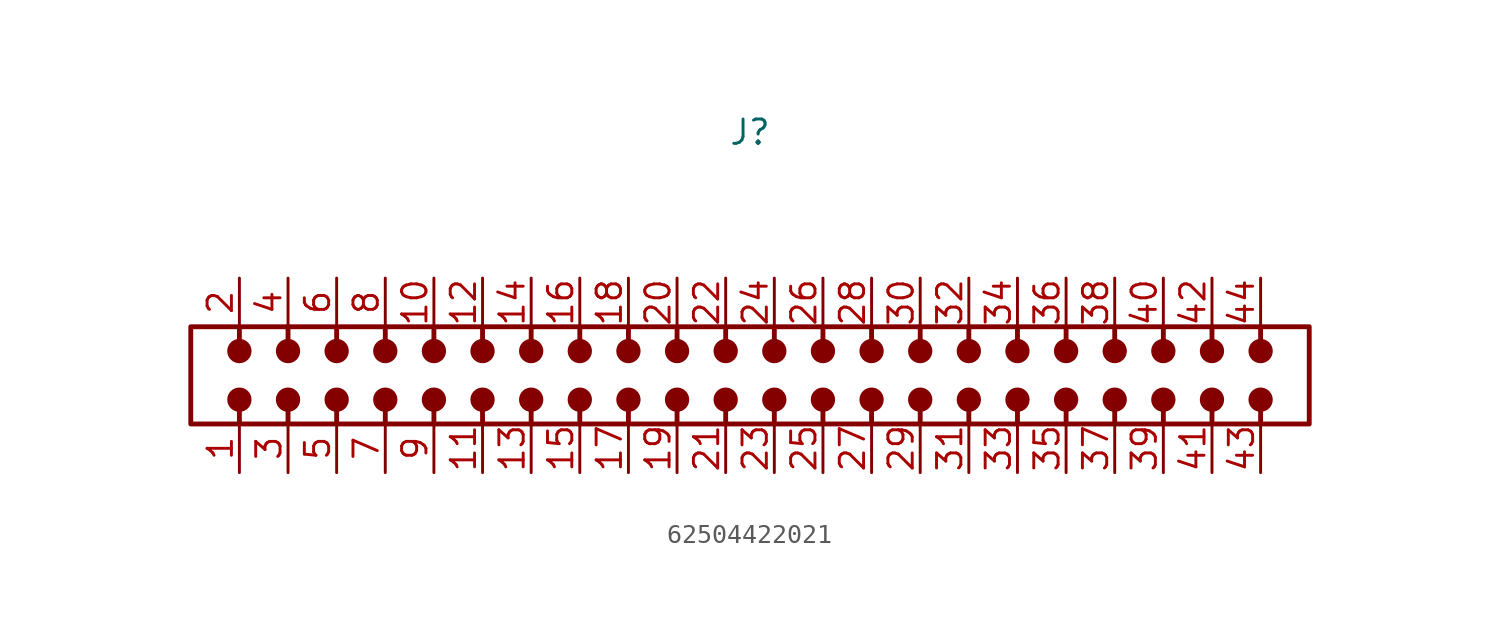
<source format=kicad_sym>
(kicad_symbol_lib
  (version 20241209)
  (generator "kicad_symbol_editor")
  (generator_version "9.0")
  (symbol "62504422021"
    (pin_names
      (hide yes))
    (property "Reference" "J"
      (at 0 12.7 0)
      (effects (font (size 1.27 1.27))))
    (symbol "62504422021_1_1"
      (rectangle (start -29.21 2.54) (end 29.21 -2.54) (stroke (width 0.254) (type solid)) (fill (type none)))
      (polyline (pts (xy -26.67 1.778) (xy -26.67 2.54)) (stroke (width 0.254) (type solid)) (fill (type none)))
      (circle (center -26.67 1.27) (radius 0.508) (stroke (width 0.254) (type solid)) (fill (type outline)))
      (circle (center -26.67 -1.27) (radius 0.508) (stroke (width 0.254) (type solid)) (fill (type outline)))
      (polyline (pts (xy -26.67 -1.778) (xy -26.67 -2.54)) (stroke (width 0.254) (type solid)) (fill (type none)))
      (polyline (pts (xy -24.13 1.778) (xy -24.13 2.54)) (stroke (width 0.254) (type solid)) (fill (type none)))
      (circle (center -24.13 1.27) (radius 0.508) (stroke (width 0.254) (type solid)) (fill (type outline)))
      (circle (center -24.13 -1.27) (radius 0.508) (stroke (width 0.254) (type solid)) (fill (type outline)))
      (polyline (pts (xy -24.13 -1.778) (xy -24.13 -2.54)) (stroke (width 0.254) (type solid)) (fill (type none)))
      (polyline (pts (xy -21.59 1.778) (xy -21.59 2.54)) (stroke (width 0.254) (type solid)) (fill (type none)))
      (circle (center -21.59 1.27) (radius 0.508) (stroke (width 0.254) (type solid)) (fill (type outline)))
      (circle (center -21.59 -1.27) (radius 0.508) (stroke (width 0.254) (type solid)) (fill (type outline)))
      (polyline (pts (xy -21.59 -1.778) (xy -21.59 -2.54)) (stroke (width 0.254) (type solid)) (fill (type none)))
      (polyline (pts (xy -19.05 1.778) (xy -19.05 2.54)) (stroke (width 0.254) (type solid)) (fill (type none)))
      (circle (center -19.05 1.27) (radius 0.508) (stroke (width 0.254) (type solid)) (fill (type outline)))
      (circle (center -19.05 -1.27) (radius 0.508) (stroke (width 0.254) (type solid)) (fill (type outline)))
      (polyline (pts (xy -19.05 -1.778) (xy -19.05 -2.54)) (stroke (width 0.254) (type solid)) (fill (type none)))
      (polyline (pts (xy -16.51 1.778) (xy -16.51 2.54)) (stroke (width 0.254) (type solid)) (fill (type none)))
      (circle (center -16.51 1.27) (radius 0.508) (stroke (width 0.254) (type solid)) (fill (type outline)))
      (circle (center -16.51 -1.27) (radius 0.508) (stroke (width 0.254) (type solid)) (fill (type outline)))
      (polyline (pts (xy -16.51 -1.778) (xy -16.51 -2.54)) (stroke (width 0.254) (type solid)) (fill (type none)))
      (polyline (pts (xy -13.97 1.778) (xy -13.97 2.54)) (stroke (width 0.254) (type solid)) (fill (type none)))
      (circle (center -13.97 1.27) (radius 0.508) (stroke (width 0.254) (type solid)) (fill (type outline)))
      (circle (center -13.97 -1.27) (radius 0.508) (stroke (width 0.254) (type solid)) (fill (type outline)))
      (polyline (pts (xy -13.97 -1.778) (xy -13.97 -2.54)) (stroke (width 0.254) (type solid)) (fill (type none)))
      (polyline (pts (xy -11.43 1.778) (xy -11.43 2.54)) (stroke (width 0.254) (type solid)) (fill (type none)))
      (circle (center -11.43 1.27) (radius 0.508) (stroke (width 0.254) (type solid)) (fill (type outline)))
      (circle (center -11.43 -1.27) (radius 0.508) (stroke (width 0.254) (type solid)) (fill (type outline)))
      (polyline (pts (xy -11.43 -1.778) (xy -11.43 -2.54)) (stroke (width 0.254) (type solid)) (fill (type none)))
      (polyline (pts (xy -8.89 1.778) (xy -8.89 2.54)) (stroke (width 0.254) (type solid)) (fill (type none)))
      (circle (center -8.89 1.27) (radius 0.508) (stroke (width 0.254) (type solid)) (fill (type outline)))
      (circle (center -8.89 -1.27) (radius 0.508) (stroke (width 0.254) (type solid)) (fill (type outline)))
      (polyline (pts (xy -8.89 -1.778) (xy -8.89 -2.54)) (stroke (width 0.254) (type solid)) (fill (type none)))
      (polyline (pts (xy -6.35 1.778) (xy -6.35 2.54)) (stroke (width 0.254) (type solid)) (fill (type none)))
      (circle (center -6.35 1.27) (radius 0.508) (stroke (width 0.254) (type solid)) (fill (type outline)))
      (circle (center -6.35 -1.27) (radius 0.508) (stroke (width 0.254) (type solid)) (fill (type outline)))
      (polyline (pts (xy -6.35 -1.778) (xy -6.35 -2.54)) (stroke (width 0.254) (type solid)) (fill (type none)))
      (polyline (pts (xy -3.81 1.778) (xy -3.81 2.54)) (stroke (width 0.254) (type solid)) (fill (type none)))
      (circle (center -3.81 1.27) (radius 0.508) (stroke (width 0.254) (type solid)) (fill (type outline)))
      (circle (center -3.81 -1.27) (radius 0.508) (stroke (width 0.254) (type solid)) (fill (type outline)))
      (polyline (pts (xy -3.81 -1.778) (xy -3.81 -2.54)) (stroke (width 0.254) (type solid)) (fill (type none)))
      (polyline (pts (xy -1.27 1.778) (xy -1.27 2.54)) (stroke (width 0.254) (type solid)) (fill (type none)))
      (circle (center -1.27 1.27) (radius 0.508) (stroke (width 0.254) (type solid)) (fill (type outline)))
      (circle (center -1.27 -1.27) (radius 0.508) (stroke (width 0.254) (type solid)) (fill (type outline)))
      (polyline (pts (xy -1.27 -1.778) (xy -1.27 -2.54)) (stroke (width 0.254) (type solid)) (fill (type none)))
      (polyline (pts (xy 1.27 1.778) (xy 1.27 2.54)) (stroke (width 0.254) (type solid)) (fill (type none)))
      (circle (center 1.27 1.27) (radius 0.508) (stroke (width 0.254) (type solid)) (fill (type outline)))
      (circle (center 1.27 -1.27) (radius 0.508) (stroke (width 0.254) (type solid)) (fill (type outline)))
      (polyline (pts (xy 1.27 -1.778) (xy 1.27 -2.54)) (stroke (width 0.254) (type solid)) (fill (type none)))
      (polyline (pts (xy 3.81 1.778) (xy 3.81 2.54)) (stroke (width 0.254) (type solid)) (fill (type none)))
      (circle (center 3.81 1.27) (radius 0.508) (stroke (width 0.254) (type solid)) (fill (type outline)))
      (circle (center 3.81 -1.27) (radius 0.508) (stroke (width 0.254) (type solid)) (fill (type outline)))
      (polyline (pts (xy 3.81 -1.778) (xy 3.81 -2.54)) (stroke (width 0.254) (type solid)) (fill (type none)))
      (polyline (pts (xy 6.35 1.778) (xy 6.35 2.54)) (stroke (width 0.254) (type solid)) (fill (type none)))
      (circle (center 6.35 1.27) (radius 0.508) (stroke (width 0.254) (type solid)) (fill (type outline)))
      (circle (center 6.35 -1.27) (radius 0.508) (stroke (width 0.254) (type solid)) (fill (type outline)))
      (polyline (pts (xy 6.35 -1.778) (xy 6.35 -2.54)) (stroke (width 0.254) (type solid)) (fill (type none)))
      (polyline (pts (xy 8.89 1.778) (xy 8.89 2.54)) (stroke (width 0.254) (type solid)) (fill (type none)))
      (circle (center 8.89 1.27) (radius 0.508) (stroke (width 0.254) (type solid)) (fill (type outline)))
      (circle (center 8.89 -1.27) (radius 0.508) (stroke (width 0.254) (type solid)) (fill (type outline)))
      (polyline (pts (xy 8.89 -1.778) (xy 8.89 -2.54)) (stroke (width 0.254) (type solid)) (fill (type none)))
      (polyline (pts (xy 11.43 1.778) (xy 11.43 2.54)) (stroke (width 0.254) (type solid)) (fill (type none)))
      (circle (center 11.43 1.27) (radius 0.508) (stroke (width 0.254) (type solid)) (fill (type outline)))
      (circle (center 11.43 -1.27) (radius 0.508) (stroke (width 0.254) (type solid)) (fill (type outline)))
      (polyline (pts (xy 11.43 -1.778) (xy 11.43 -2.54)) (stroke (width 0.254) (type solid)) (fill (type none)))
      (polyline (pts (xy 13.97 1.778) (xy 13.97 2.54)) (stroke (width 0.254) (type solid)) (fill (type none)))
      (circle (center 13.97 1.27) (radius 0.508) (stroke (width 0.254) (type solid)) (fill (type outline)))
      (circle (center 13.97 -1.27) (radius 0.508) (stroke (width 0.254) (type solid)) (fill (type outline)))
      (polyline (pts (xy 13.97 -1.778) (xy 13.97 -2.54)) (stroke (width 0.254) (type solid)) (fill (type none)))
      (polyline (pts (xy 16.51 1.778) (xy 16.51 2.54)) (stroke (width 0.254) (type solid)) (fill (type none)))
      (circle (center 16.51 1.27) (radius 0.508) (stroke (width 0.254) (type solid)) (fill (type outline)))
      (circle (center 16.51 -1.27) (radius 0.508) (stroke (width 0.254) (type solid)) (fill (type outline)))
      (polyline (pts (xy 16.51 -1.778) (xy 16.51 -2.54)) (stroke (width 0.254) (type solid)) (fill (type none)))
      (polyline (pts (xy 19.05 1.778) (xy 19.05 2.54)) (stroke (width 0.254) (type solid)) (fill (type none)))
      (circle (center 19.05 1.27) (radius 0.508) (stroke (width 0.254) (type solid)) (fill (type outline)))
      (circle (center 19.05 -1.27) (radius 0.508) (stroke (width 0.254) (type solid)) (fill (type outline)))
      (polyline (pts (xy 19.05 -1.778) (xy 19.05 -2.54)) (stroke (width 0.254) (type solid)) (fill (type none)))
      (polyline (pts (xy 21.59 1.778) (xy 21.59 2.54)) (stroke (width 0.254) (type solid)) (fill (type none)))
      (circle (center 21.59 1.27) (radius 0.508) (stroke (width 0.254) (type solid)) (fill (type outline)))
      (circle (center 21.59 -1.27) (radius 0.508) (stroke (width 0.254) (type solid)) (fill (type outline)))
      (polyline (pts (xy 21.59 -1.778) (xy 21.59 -2.54)) (stroke (width 0.254) (type solid)) (fill (type none)))
      (polyline (pts (xy 24.13 1.778) (xy 24.13 2.54)) (stroke (width 0.254) (type solid)) (fill (type none)))
      (circle (center 24.13 1.27) (radius 0.508) (stroke (width 0.254) (type solid)) (fill (type outline)))
      (circle (center 24.13 -1.27) (radius 0.508) (stroke (width 0.254) (type solid)) (fill (type outline)))
      (polyline (pts (xy 24.13 -1.778) (xy 24.13 -2.54)) (stroke (width 0.254) (type solid)) (fill (type none)))
      (polyline (pts (xy 26.67 1.778) (xy 26.67 2.54)) (stroke (width 0.254) (type solid)) (fill (type none)))
      (circle (center 26.67 1.27) (radius 0.508) (stroke (width 0.254) (type solid)) (fill (type outline)))
      (circle (center 26.67 -1.27) (radius 0.508) (stroke (width 0.254) (type solid)) (fill (type outline)))
      (polyline (pts (xy 26.67 -1.778) (xy 26.67 -2.54)) (stroke (width 0.254) (type solid)) (fill (type none)))
      (pin passive line (at -26.67 5.08 270) (length 2.54) (name "2" (effects (font (size 1.27 1.27)))) (number "2" (effects (font (size 1.27 1.27)))))
      (pin passive line (at -26.67 -5.08 90) (length 2.54) (name "1" (effects (font (size 1.27 1.27)))) (number "1" (effects (font (size 1.27 1.27)))))
      (pin passive line (at -24.13 5.08 270) (length 2.54) (name "4" (effects (font (size 1.27 1.27)))) (number "4" (effects (font (size 1.27 1.27)))))
      (pin passive line (at -24.13 -5.08 90) (length 2.54) (name "3" (effects (font (size 1.27 1.27)))) (number "3" (effects (font (size 1.27 1.27)))))
      (pin passive line (at -21.59 5.08 270) (length 2.54) (name "6" (effects (font (size 1.27 1.27)))) (number "6" (effects (font (size 1.27 1.27)))))
      (pin passive line (at -21.59 -5.08 90) (length 2.54) (name "5" (effects (font (size 1.27 1.27)))) (number "5" (effects (font (size 1.27 1.27)))))
      (pin passive line (at -19.05 5.08 270) (length 2.54) (name "8" (effects (font (size 1.27 1.27)))) (number "8" (effects (font (size 1.27 1.27)))))
      (pin passive line (at -19.05 -5.08 90) (length 2.54) (name "7" (effects (font (size 1.27 1.27)))) (number "7" (effects (font (size 1.27 1.27)))))
      (pin passive line (at -16.51 5.08 270) (length 2.54) (name "10" (effects (font (size 1.27 1.27)))) (number "10" (effects (font (size 1.27 1.27)))))
      (pin passive line (at -16.51 -5.08 90) (length 2.54) (name "9" (effects (font (size 1.27 1.27)))) (number "9" (effects (font (size 1.27 1.27)))))
      (pin passive line (at -13.97 5.08 270) (length 2.54) (name "12" (effects (font (size 1.27 1.27)))) (number "12" (effects (font (size 1.27 1.27)))))
      (pin passive line (at -13.97 -5.08 90) (length 2.54) (name "11" (effects (font (size 1.27 1.27)))) (number "11" (effects (font (size 1.27 1.27)))))
      (pin passive line (at -11.43 5.08 270) (length 2.54) (name "14" (effects (font (size 1.27 1.27)))) (number "14" (effects (font (size 1.27 1.27)))))
      (pin passive line (at -11.43 -5.08 90) (length 2.54) (name "13" (effects (font (size 1.27 1.27)))) (number "13" (effects (font (size 1.27 1.27)))))
      (pin passive line (at -8.89 5.08 270) (length 2.54) (name "16" (effects (font (size 1.27 1.27)))) (number "16" (effects (font (size 1.27 1.27)))))
      (pin passive line (at -8.89 -5.08 90) (length 2.54) (name "15" (effects (font (size 1.27 1.27)))) (number "15" (effects (font (size 1.27 1.27)))))
      (pin passive line (at -6.35 5.08 270) (length 2.54) (name "18" (effects (font (size 1.27 1.27)))) (number "18" (effects (font (size 1.27 1.27)))))
      (pin passive line (at -6.35 -5.08 90) (length 2.54) (name "17" (effects (font (size 1.27 1.27)))) (number "17" (effects (font (size 1.27 1.27)))))
      (pin passive line (at -3.81 5.08 270) (length 2.54) (name "20" (effects (font (size 1.27 1.27)))) (number "20" (effects (font (size 1.27 1.27)))))
      (pin passive line (at -3.81 -5.08 90) (length 2.54) (name "19" (effects (font (size 1.27 1.27)))) (number "19" (effects (font (size 1.27 1.27)))))
      (pin passive line (at -1.27 5.08 270) (length 2.54) (name "22" (effects (font (size 1.27 1.27)))) (number "22" (effects (font (size 1.27 1.27)))))
      (pin passive line (at -1.27 -5.08 90) (length 2.54) (name "21" (effects (font (size 1.27 1.27)))) (number "21" (effects (font (size 1.27 1.27)))))
      (pin passive line (at 1.27 5.08 270) (length 2.54) (name "24" (effects (font (size 1.27 1.27)))) (number "24" (effects (font (size 1.27 1.27)))))
      (pin passive line (at 1.27 -5.08 90) (length 2.54) (name "23" (effects (font (size 1.27 1.27)))) (number "23" (effects (font (size 1.27 1.27)))))
      (pin passive line (at 3.81 5.08 270) (length 2.54) (name "26" (effects (font (size 1.27 1.27)))) (number "26" (effects (font (size 1.27 1.27)))))
      (pin passive line (at 3.81 -5.08 90) (length 2.54) (name "25" (effects (font (size 1.27 1.27)))) (number "25" (effects (font (size 1.27 1.27)))))
      (pin passive line (at 6.35 5.08 270) (length 2.54) (name "28" (effects (font (size 1.27 1.27)))) (number "28" (effects (font (size 1.27 1.27)))))
      (pin passive line (at 6.35 -5.08 90) (length 2.54) (name "27" (effects (font (size 1.27 1.27)))) (number "27" (effects (font (size 1.27 1.27)))))
      (pin passive line (at 8.89 5.08 270) (length 2.54) (name "30" (effects (font (size 1.27 1.27)))) (number "30" (effects (font (size 1.27 1.27)))))
      (pin passive line (at 8.89 -5.08 90) (length 2.54) (name "29" (effects (font (size 1.27 1.27)))) (number "29" (effects (font (size 1.27 1.27)))))
      (pin passive line (at 11.43 5.08 270) (length 2.54) (name "32" (effects (font (size 1.27 1.27)))) (number "32" (effects (font (size 1.27 1.27)))))
      (pin passive line (at 11.43 -5.08 90) (length 2.54) (name "31" (effects (font (size 1.27 1.27)))) (number "31" (effects (font (size 1.27 1.27)))))
      (pin passive line (at 13.97 5.08 270) (length 2.54) (name "34" (effects (font (size 1.27 1.27)))) (number "34" (effects (font (size 1.27 1.27)))))
      (pin passive line (at 13.97 -5.08 90) (length 2.54) (name "33" (effects (font (size 1.27 1.27)))) (number "33" (effects (font (size 1.27 1.27)))))
      (pin passive line (at 16.51 5.08 270) (length 2.54) (name "36" (effects (font (size 1.27 1.27)))) (number "36" (effects (font (size 1.27 1.27)))))
      (pin passive line (at 16.51 -5.08 90) (length 2.54) (name "35" (effects (font (size 1.27 1.27)))) (number "35" (effects (font (size 1.27 1.27)))))
      (pin passive line (at 19.05 5.08 270) (length 2.54) (name "38" (effects (font (size 1.27 1.27)))) (number "38" (effects (font (size 1.27 1.27)))))
      (pin passive line (at 19.05 -5.08 90) (length 2.54) (name "37" (effects (font (size 1.27 1.27)))) (number "37" (effects (font (size 1.27 1.27)))))
      (pin passive line (at 21.59 5.08 270) (length 2.54) (name "40" (effects (font (size 1.27 1.27)))) (number "40" (effects (font (size 1.27 1.27)))))
      (pin passive line (at 21.59 -5.08 90) (length 2.54) (name "39" (effects (font (size 1.27 1.27)))) (number "39" (effects (font (size 1.27 1.27)))))
      (pin passive line (at 24.13 5.08 270) (length 2.54) (name "42" (effects (font (size 1.27 1.27)))) (number "42" (effects (font (size 1.27 1.27)))))
      (pin passive line (at 24.13 -5.08 90) (length 2.54) (name "41" (effects (font (size 1.27 1.27)))) (number "41" (effects (font (size 1.27 1.27)))))
      (pin passive line (at 26.67 5.08 270) (length 2.54) (name "44" (effects (font (size 1.27 1.27)))) (number "44" (effects (font (size 1.27 1.27)))))
      (pin passive line (at 26.67 -5.08 90) (length 2.54) (name "43" (effects (font (size 1.27 1.27)))) (number "43" (effects (font (size 1.27 1.27))))))))
</source>
